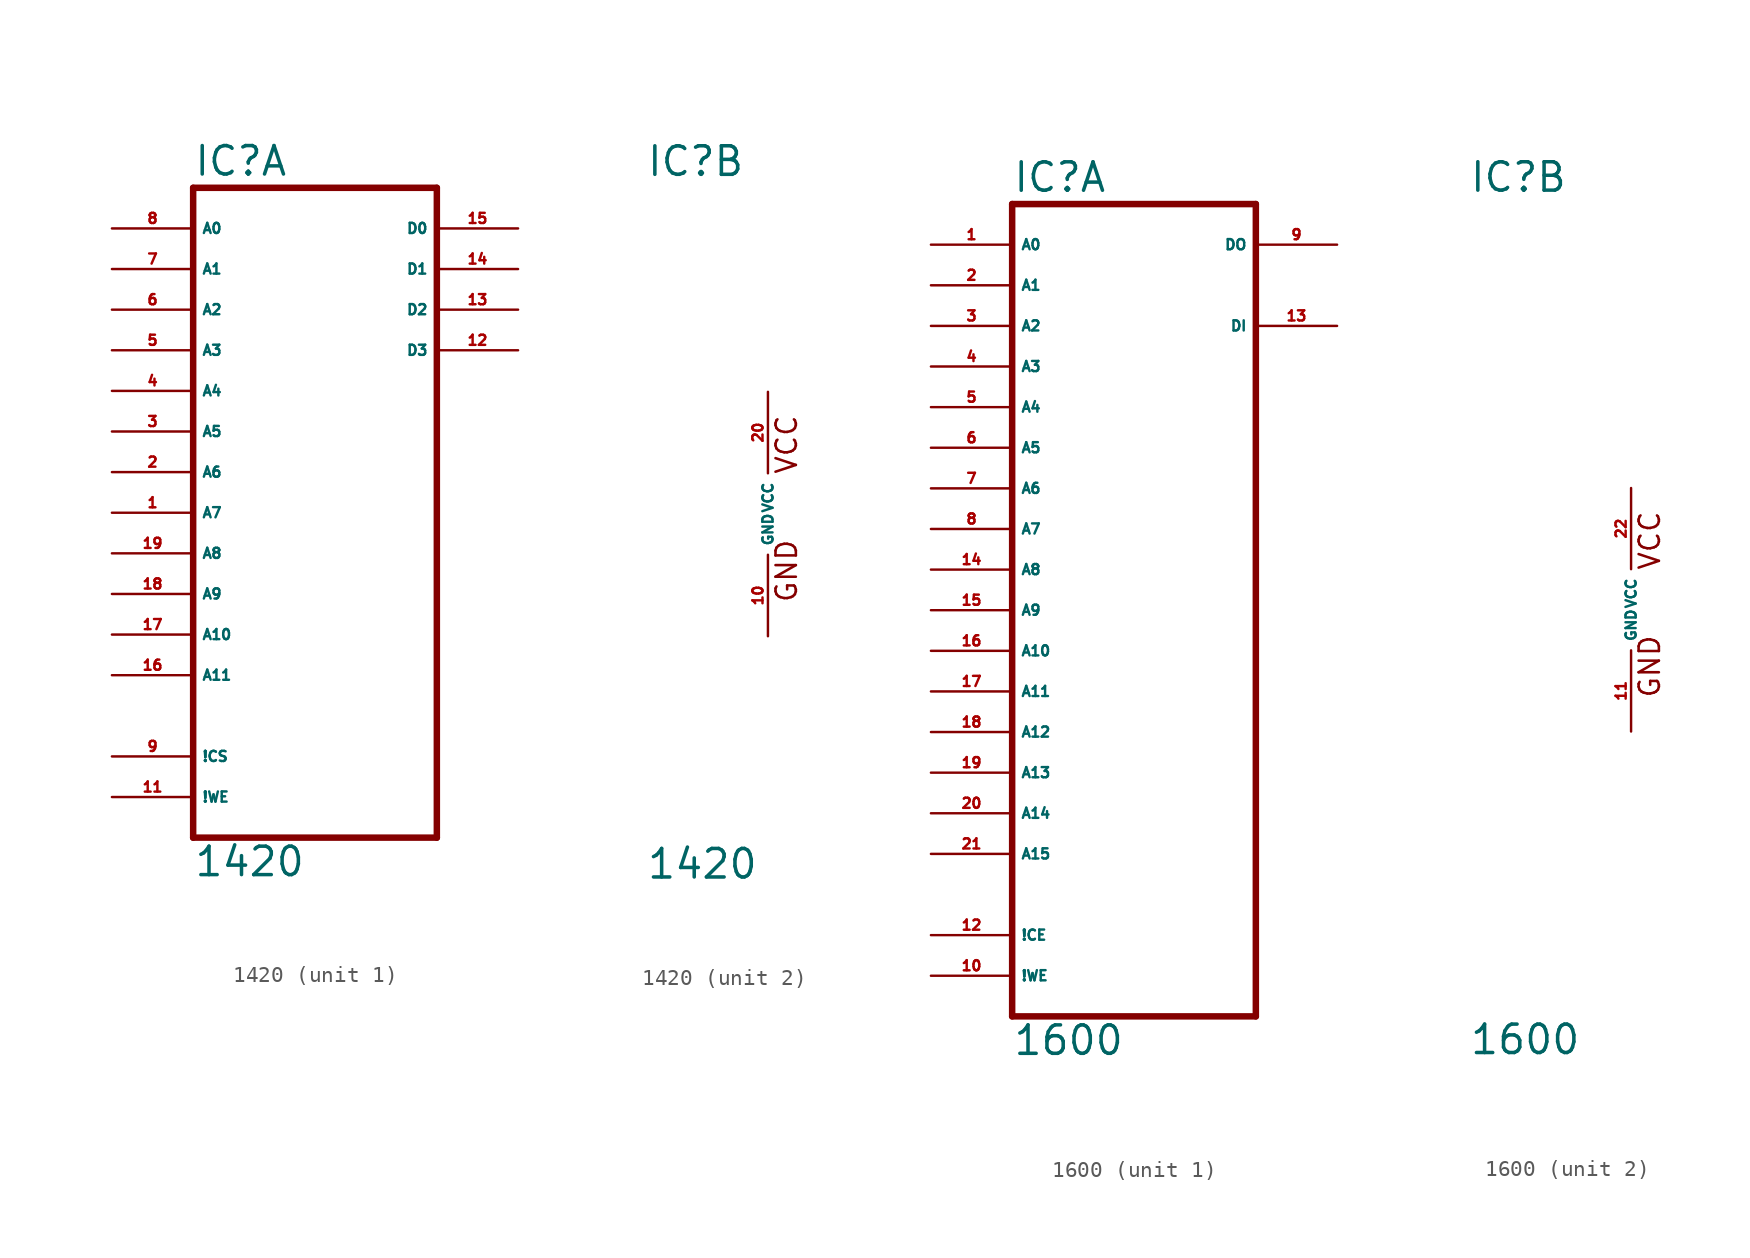
<source format=kicad_sym>
(kicad_symbol_lib
  (version 20220914)
  (generator Eagle2Kicad)
  (symbol "1420"
    (property "Reference" "IC"
      (at -7.62 20.955 0)
      (effects (font (size 1.778 1.778) (thickness 0.22)) (justify left bottom)))
    (property "Value" "1420"
      (at -7.62 -22.86 0)
      (effects (font (size 1.778 1.778) (thickness 0.22)) (justify left bottom)))
    (symbol "1420_1_0"
      (polyline (pts (xy -7.62 -20.32) (xy 7.62 -20.32)) (stroke (width 0.406) (type default)) (fill (type none)))
      (polyline (pts (xy 7.62 -20.32) (xy 7.62 20.32)) (stroke (width 0.406) (type default)) (fill (type none)))
      (polyline (pts (xy 7.62 20.32) (xy -7.62 20.32)) (stroke (width 0.406) (type default)) (fill (type none)))
      (polyline (pts (xy -7.62 20.32) (xy -7.62 -20.32)) (stroke (width 0.406) (type default)) (fill (type none)))
      (pin input line (at -12.7 0 0) (length 5.08) (name "A7" (effects (font (size 0.635 0.635) (thickness 0.08)) (justify left bottom))) (number "1" (effects (font (size 0.635 0.635) (thickness 0.08)) (justify left bottom))))
      (pin input line (at -12.7 2.54 0) (length 5.08) (name "A6" (effects (font (size 0.635 0.635) (thickness 0.08)) (justify left bottom))) (number "2" (effects (font (size 0.635 0.635) (thickness 0.08)) (justify left bottom))))
      (pin input line (at -12.7 5.08 0) (length 5.08) (name "A5" (effects (font (size 0.635 0.635) (thickness 0.08)) (justify left bottom))) (number "3" (effects (font (size 0.635 0.635) (thickness 0.08)) (justify left bottom))))
      (pin input line (at -12.7 7.62 0) (length 5.08) (name "A4" (effects (font (size 0.635 0.635) (thickness 0.08)) (justify left bottom))) (number "4" (effects (font (size 0.635 0.635) (thickness 0.08)) (justify left bottom))))
      (pin input line (at -12.7 10.16 0) (length 5.08) (name "A3" (effects (font (size 0.635 0.635) (thickness 0.08)) (justify left bottom))) (number "5" (effects (font (size 0.635 0.635) (thickness 0.08)) (justify left bottom))))
      (pin input line (at -12.7 12.7 0) (length 5.08) (name "A2" (effects (font (size 0.635 0.635) (thickness 0.08)) (justify left bottom))) (number "6" (effects (font (size 0.635 0.635) (thickness 0.08)) (justify left bottom))))
      (pin input line (at -12.7 15.24 0) (length 5.08) (name "A1" (effects (font (size 0.635 0.635) (thickness 0.08)) (justify left bottom))) (number "7" (effects (font (size 0.635 0.635) (thickness 0.08)) (justify left bottom))))
      (pin input line (at -12.7 17.78 0) (length 5.08) (name "A0" (effects (font (size 0.635 0.635) (thickness 0.08)) (justify left bottom))) (number "8" (effects (font (size 0.635 0.635) (thickness 0.08)) (justify left bottom))))
      (pin input line (at -12.7 -15.24 0) (length 5.08) (name "!CS" (effects (font (size 0.635 0.635) (thickness 0.08)) (justify left bottom))) (number "9" (effects (font (size 0.635 0.635) (thickness 0.08)) (justify left bottom))))
      (pin input line (at -12.7 -17.78 0) (length 5.08) (name "!WE" (effects (font (size 0.635 0.635) (thickness 0.08)) (justify left bottom))) (number "11" (effects (font (size 0.635 0.635) (thickness 0.08)) (justify left bottom))))
      (pin bidirectional line (at 12.7 10.16 180) (length 5.08) (name "D3" (effects (font (size 0.635 0.635) (thickness 0.08)) (justify left bottom))) (number "12" (effects (font (size 0.635 0.635) (thickness 0.08)) (justify left bottom))))
      (pin bidirectional line (at 12.7 12.7 180) (length 5.08) (name "D2" (effects (font (size 0.635 0.635) (thickness 0.08)) (justify left bottom))) (number "13" (effects (font (size 0.635 0.635) (thickness 0.08)) (justify left bottom))))
      (pin bidirectional line (at 12.7 15.24 180) (length 5.08) (name "D1" (effects (font (size 0.635 0.635) (thickness 0.08)) (justify left bottom))) (number "14" (effects (font (size 0.635 0.635) (thickness 0.08)) (justify left bottom))))
      (pin bidirectional line (at 12.7 17.78 180) (length 5.08) (name "D0" (effects (font (size 0.635 0.635) (thickness 0.08)) (justify left bottom))) (number "15" (effects (font (size 0.635 0.635) (thickness 0.08)) (justify left bottom))))
      (pin input line (at -12.7 -10.16 0) (length 5.08) (name "A11" (effects (font (size 0.635 0.635) (thickness 0.08)) (justify left bottom))) (number "16" (effects (font (size 0.635 0.635) (thickness 0.08)) (justify left bottom))))
      (pin input line (at -12.7 -7.62 0) (length 5.08) (name "A10" (effects (font (size 0.635 0.635) (thickness 0.08)) (justify left bottom))) (number "17" (effects (font (size 0.635 0.635) (thickness 0.08)) (justify left bottom))))
      (pin input line (at -12.7 -5.08 0) (length 5.08) (name "A9" (effects (font (size 0.635 0.635) (thickness 0.08)) (justify left bottom))) (number "18" (effects (font (size 0.635 0.635) (thickness 0.08)) (justify left bottom))))
      (pin input line (at -12.7 -2.54 0) (length 5.08) (name "A8" (effects (font (size 0.635 0.635) (thickness 0.08)) (justify left bottom))) (number "19" (effects (font (size 0.635 0.635) (thickness 0.08)) (justify left bottom)))))
    (symbol "1420_2_0"
      (text "GND" (at 1.905 -5.588 900) (effects (font (size 1.27 1.27) (thickness 0.16)) (justify left bottom)))
      (text "VCC" (at 1.905 2.413 900) (effects (font (size 1.27 1.27) (thickness 0.16)) (justify left bottom)))
      (pin unspecified line (at 0 -7.62 90) (length 5.08) (name "GND" (effects (font (size 0.635 0.635) (thickness 0.08)) (justify left bottom))) (number "10" (effects (font (size 0.635 0.635) (thickness 0.08)) (justify left bottom))))
      (pin unspecified line (at 0 7.62 270) (length 5.08) (name "VCC" (effects (font (size 0.635 0.635) (thickness 0.08)) (justify left bottom))) (number "20" (effects (font (size 0.635 0.635) (thickness 0.08)) (justify left bottom))))))
  (symbol "1600"
    (property "Reference" "IC"
      (at -10.16 26.035 0)
      (effects (font (size 1.778 1.778) (thickness 0.22)) (justify left bottom)))
    (property "Value" "1600"
      (at -10.16 -27.94 0)
      (effects (font (size 1.778 1.778) (thickness 0.22)) (justify left bottom)))
    (symbol "1600_1_0"
      (polyline (pts (xy -10.16 -25.4) (xy 5.08 -25.4)) (stroke (width 0.406) (type default)) (fill (type none)))
      (polyline (pts (xy 5.08 -25.4) (xy 5.08 25.4)) (stroke (width 0.406) (type default)) (fill (type none)))
      (polyline (pts (xy 5.08 25.4) (xy -10.16 25.4)) (stroke (width 0.406) (type default)) (fill (type none)))
      (polyline (pts (xy -10.16 25.4) (xy -10.16 -25.4)) (stroke (width 0.406) (type default)) (fill (type none)))
      (pin input line (at -15.24 22.86 0) (length 5.08) (name "A0" (effects (font (size 0.635 0.635) (thickness 0.08)) (justify left bottom))) (number "1" (effects (font (size 0.635 0.635) (thickness 0.08)) (justify left bottom))))
      (pin input line (at -15.24 20.32 0) (length 5.08) (name "A1" (effects (font (size 0.635 0.635) (thickness 0.08)) (justify left bottom))) (number "2" (effects (font (size 0.635 0.635) (thickness 0.08)) (justify left bottom))))
      (pin input line (at -15.24 17.78 0) (length 5.08) (name "A2" (effects (font (size 0.635 0.635) (thickness 0.08)) (justify left bottom))) (number "3" (effects (font (size 0.635 0.635) (thickness 0.08)) (justify left bottom))))
      (pin input line (at -15.24 15.24 0) (length 5.08) (name "A3" (effects (font (size 0.635 0.635) (thickness 0.08)) (justify left bottom))) (number "4" (effects (font (size 0.635 0.635) (thickness 0.08)) (justify left bottom))))
      (pin input line (at -15.24 12.7 0) (length 5.08) (name "A4" (effects (font (size 0.635 0.635) (thickness 0.08)) (justify left bottom))) (number "5" (effects (font (size 0.635 0.635) (thickness 0.08)) (justify left bottom))))
      (pin input line (at -15.24 10.16 0) (length 5.08) (name "A5" (effects (font (size 0.635 0.635) (thickness 0.08)) (justify left bottom))) (number "6" (effects (font (size 0.635 0.635) (thickness 0.08)) (justify left bottom))))
      (pin input line (at -15.24 7.62 0) (length 5.08) (name "A6" (effects (font (size 0.635 0.635) (thickness 0.08)) (justify left bottom))) (number "7" (effects (font (size 0.635 0.635) (thickness 0.08)) (justify left bottom))))
      (pin input line (at -15.24 5.08 0) (length 5.08) (name "A7" (effects (font (size 0.635 0.635) (thickness 0.08)) (justify left bottom))) (number "8" (effects (font (size 0.635 0.635) (thickness 0.08)) (justify left bottom))))
      (pin tri_state line (at 10.16 22.86 180) (length 5.08) (name "DO" (effects (font (size 0.635 0.635) (thickness 0.08)) (justify left bottom))) (number "9" (effects (font (size 0.635 0.635) (thickness 0.08)) (justify left bottom))))
      (pin input line (at -15.24 -22.86 0) (length 5.08) (name "!WE" (effects (font (size 0.635 0.635) (thickness 0.08)) (justify left bottom))) (number "10" (effects (font (size 0.635 0.635) (thickness 0.08)) (justify left bottom))))
      (pin input line (at -15.24 -20.32 0) (length 5.08) (name "!CE" (effects (font (size 0.635 0.635) (thickness 0.08)) (justify left bottom))) (number "12" (effects (font (size 0.635 0.635) (thickness 0.08)) (justify left bottom))))
      (pin input line (at 10.16 17.78 180) (length 5.08) (name "DI" (effects (font (size 0.635 0.635) (thickness 0.08)) (justify left bottom))) (number "13" (effects (font (size 0.635 0.635) (thickness 0.08)) (justify left bottom))))
      (pin input line (at -15.24 2.54 0) (length 5.08) (name "A8" (effects (font (size 0.635 0.635) (thickness 0.08)) (justify left bottom))) (number "14" (effects (font (size 0.635 0.635) (thickness 0.08)) (justify left bottom))))
      (pin input line (at -15.24 0 0) (length 5.08) (name "A9" (effects (font (size 0.635 0.635) (thickness 0.08)) (justify left bottom))) (number "15" (effects (font (size 0.635 0.635) (thickness 0.08)) (justify left bottom))))
      (pin input line (at -15.24 -2.54 0) (length 5.08) (name "A10" (effects (font (size 0.635 0.635) (thickness 0.08)) (justify left bottom))) (number "16" (effects (font (size 0.635 0.635) (thickness 0.08)) (justify left bottom))))
      (pin input line (at -15.24 -5.08 0) (length 5.08) (name "A11" (effects (font (size 0.635 0.635) (thickness 0.08)) (justify left bottom))) (number "17" (effects (font (size 0.635 0.635) (thickness 0.08)) (justify left bottom))))
      (pin input line (at -15.24 -7.62 0) (length 5.08) (name "A12" (effects (font (size 0.635 0.635) (thickness 0.08)) (justify left bottom))) (number "18" (effects (font (size 0.635 0.635) (thickness 0.08)) (justify left bottom))))
      (pin input line (at -15.24 -10.16 0) (length 5.08) (name "A13" (effects (font (size 0.635 0.635) (thickness 0.08)) (justify left bottom))) (number "19" (effects (font (size 0.635 0.635) (thickness 0.08)) (justify left bottom))))
      (pin input line (at -15.24 -12.7 0) (length 5.08) (name "A14" (effects (font (size 0.635 0.635) (thickness 0.08)) (justify left bottom))) (number "20" (effects (font (size 0.635 0.635) (thickness 0.08)) (justify left bottom))))
      (pin input line (at -15.24 -15.24 0) (length 5.08) (name "A15" (effects (font (size 0.635 0.635) (thickness 0.08)) (justify left bottom))) (number "21" (effects (font (size 0.635 0.635) (thickness 0.08)) (justify left bottom)))))
    (symbol "1600_2_0"
      (text "GND" (at 1.905 -5.588 900) (effects (font (size 1.27 1.27) (thickness 0.16)) (justify left bottom)))
      (text "VCC" (at 1.905 2.413 900) (effects (font (size 1.27 1.27) (thickness 0.16)) (justify left bottom)))
      (pin unspecified line (at 0 -7.62 90) (length 5.08) (name "GND" (effects (font (size 0.635 0.635) (thickness 0.08)) (justify left bottom))) (number "11" (effects (font (size 0.635 0.635) (thickness 0.08)) (justify left bottom))))
      (pin unspecified line (at 0 7.62 270) (length 5.08) (name "VCC" (effects (font (size 0.635 0.635) (thickness 0.08)) (justify left bottom))) (number "22" (effects (font (size 0.635 0.635) (thickness 0.08)) (justify left bottom)))))))
</source>
